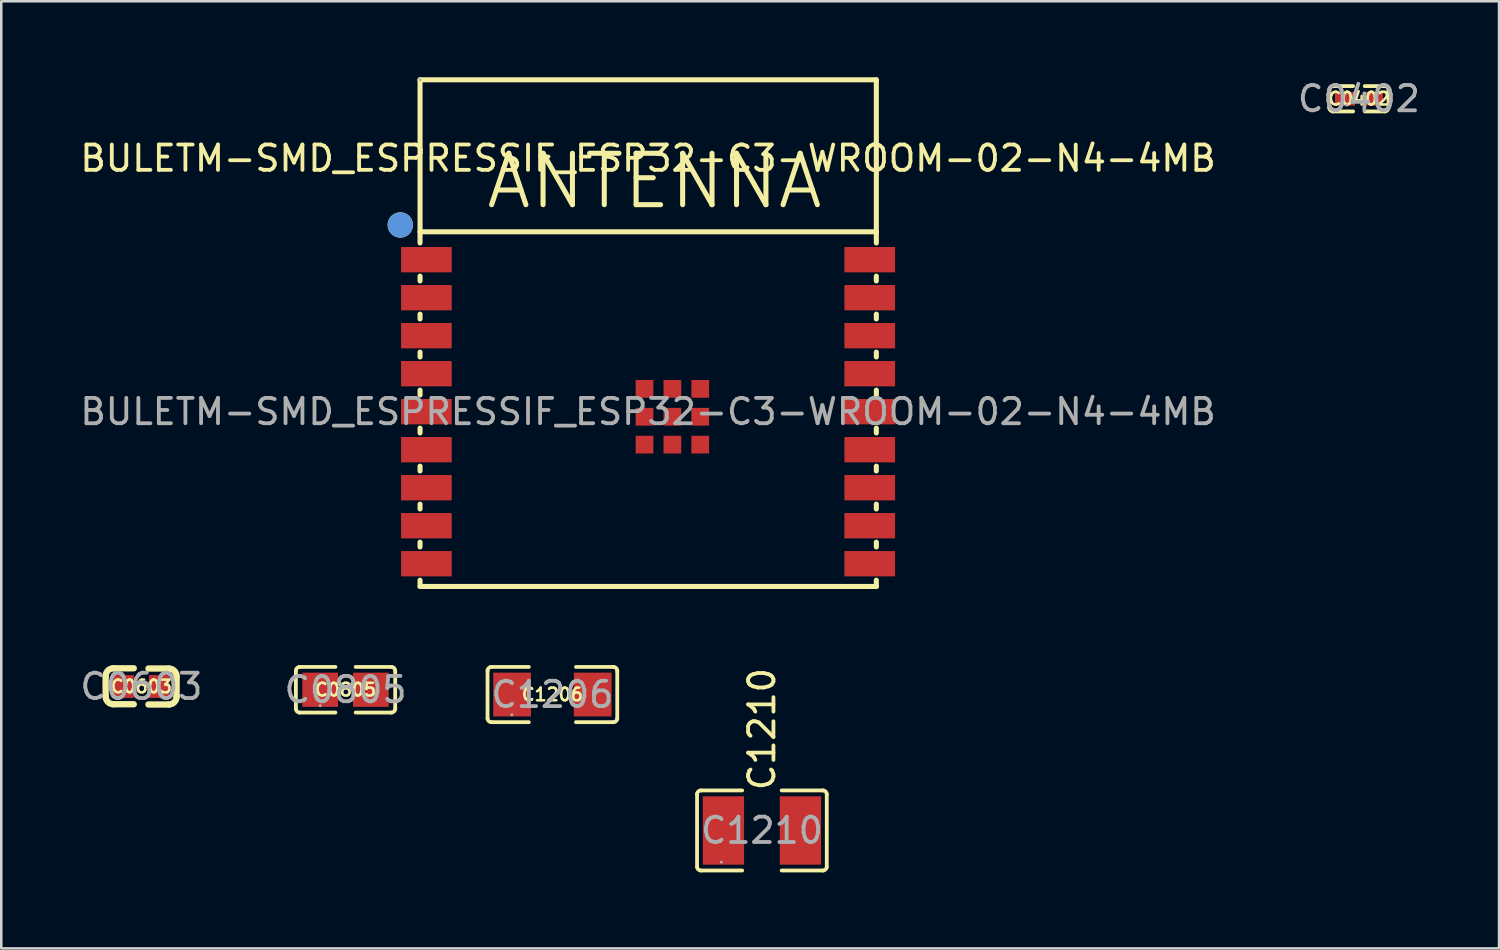
<source format=kicad_pcb>
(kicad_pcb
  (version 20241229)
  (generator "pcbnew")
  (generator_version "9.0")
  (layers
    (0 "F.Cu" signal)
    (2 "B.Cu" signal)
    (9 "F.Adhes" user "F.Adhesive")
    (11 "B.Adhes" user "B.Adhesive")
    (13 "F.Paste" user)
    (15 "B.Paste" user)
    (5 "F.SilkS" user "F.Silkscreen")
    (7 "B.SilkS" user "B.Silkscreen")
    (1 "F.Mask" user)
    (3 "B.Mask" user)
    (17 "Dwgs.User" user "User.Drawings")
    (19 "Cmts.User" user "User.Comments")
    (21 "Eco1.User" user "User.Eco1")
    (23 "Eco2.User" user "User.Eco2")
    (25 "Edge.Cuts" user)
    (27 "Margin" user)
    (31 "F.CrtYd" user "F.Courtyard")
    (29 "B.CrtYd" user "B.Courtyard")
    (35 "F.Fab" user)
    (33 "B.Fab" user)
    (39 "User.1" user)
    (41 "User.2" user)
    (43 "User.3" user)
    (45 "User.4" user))
  (footprint "C1206"
    (layer "F.Cu")
    (at 18.754 24.365)
    (property "Reference" "C1206" (at 0 0 0) (layer "F.SilkS") (effects (font (size 0.5 0.5) (thickness 0.1) (bold yes))))
    (attr smd)
    (fp_line (start -2.56 0.94) (end -2.56 -0.94) (stroke (width 0.15) (type solid)) (layer "F.SilkS"))
    (fp_line (start -2.41 -1.09) (end -0.93 -1.09) (stroke (width 0.15) (type solid)) (layer "F.SilkS"))
    (fp_line (start -0.93 1.09) (end -2.41 1.09) (stroke (width 0.15) (type solid)) (layer "F.SilkS"))
    (fp_line (start 0.93 1.09) (end 2.41 1.09) (stroke (width 0.15) (type solid)) (layer "F.SilkS"))
    (fp_line (start 2.41 -1.09) (end 0.93 -1.09) (stroke (width 0.15) (type solid)) (layer "F.SilkS"))
    (fp_line (start 2.56 0.94) (end 2.56 -0.94) (stroke (width 0.15) (type solid)) (layer "F.SilkS"))
    (fp_arc (start -2.56 -0.94) (mid -2.516066 -1.046066) (end -2.41 -1.09) (stroke (width 0.15) (type solid)) (layer "F.SilkS"))
    (fp_arc (start -2.41 1.09) (mid -2.516066 1.046066) (end -2.56 0.94) (stroke (width 0.15) (type solid)) (layer "F.SilkS"))
    (fp_arc (start 2.41 -1.09) (mid 2.516066 -1.046066) (end 2.56 -0.94) (stroke (width 0.15) (type solid)) (layer "F.SilkS"))
    (fp_arc (start 2.56 0.94) (mid 2.516066 1.046066) (end 2.41 1.09) (stroke (width 0.15) (type solid)) (layer "F.SilkS"))
    (fp_circle (center -1.6 0.8) (end -1.57 0.8) (stroke (width 0.06) (type solid)) (fill no) (layer "F.Fab"))
    (fp_text user "${REFERENCE}" (at 0 0 0) (layer "F.Fab") (effects (font (size 1 1) (thickness 0.15))))
    (pad "1" smd rect (at -1.59 0) (size 1.49 1.73) (layers "F.Cu" "F.Mask" "F.Paste"))
    (pad "2" smd rect (at 1.59 0) (size 1.49 1.73) (layers "F.Cu" "F.Mask" "F.Paste")))
  (footprint "C0603"
    (layer "F.Cu")
    (at 2.53 24.048)
    (property "Reference" "C0603" (at 0 0 0) (layer "F.SilkS") (effects (font (size 0.5 0.5) (thickness 0.1) (bold yes))))
    (attr smd)
    (fp_line (start -1.41 -0.41) (end -1.41 0.39) (stroke (width 0.25) (type solid)) (layer "F.SilkS"))
    (fp_line (start -0.3 -0.72) (end -1.1 -0.72) (stroke (width 0.25) (type solid)) (layer "F.SilkS"))
    (fp_line (start -0.3 0.7) (end -1.1 0.7) (stroke (width 0.25) (type solid)) (layer "F.SilkS"))
    (fp_line (start 0.28 -0.71) (end 1.08 -0.71) (stroke (width 0.25) (type solid)) (layer "F.SilkS"))
    (fp_line (start 0.28 0.71) (end 1.08 0.71) (stroke (width 0.25) (type solid)) (layer "F.SilkS"))
    (fp_line (start 1.39 -0.4) (end 1.39 0.4) (stroke (width 0.25) (type solid)) (layer "F.SilkS"))
    (fp_arc (start -1.41 -0.41) (mid -1.319203 -0.629203) (end -1.1 -0.72) (stroke (width 0.25) (type solid)) (layer "F.SilkS"))
    (fp_arc (start -1.1 0.7) (mid -1.319203 0.609203) (end -1.41 0.39) (stroke (width 0.25) (type solid)) (layer "F.SilkS"))
    (fp_arc (start 1.08 -0.71) (mid 1.299203 -0.619203) (end 1.39 -0.4) (stroke (width 0.25) (type solid)) (layer "F.SilkS"))
    (fp_arc (start 1.39 0.4) (mid 1.299203 0.619203) (end 1.08 0.71) (stroke (width 0.25) (type solid)) (layer "F.SilkS"))
    (fp_circle (center -0.8 0.4) (end -0.77 0.4) (stroke (width 0.06) (type solid)) (fill no) (layer "F.Fab"))
    (fp_text user "${REFERENCE}" (at 0 0 0) (layer "F.Fab") (effects (font (size 1 1) (thickness 0.15))))
    (pad "1" smd rect (at -0.7 0) (size 0.8 0.9) (layers "F.Cu" "F.Mask" "F.Paste"))
    (pad "2" smd rect (at 0.7 0) (size 0.8 0.9) (layers "F.Cu" "F.Mask" "F.Paste")))
  (footprint "C0402"
    (layer "F.Cu")
    (at 50.589 0.848)
    (property "Reference" "C0402" (at 0 0 0) (layer "F.SilkS") (effects (font (size 0.5 0.5) (thickness 0.1) (bold yes))))
    (attr smd)
    (fp_line (start -1.17 0.35) (end -1.17 -0.35) (stroke (width 0.15) (type solid)) (layer "F.SilkS"))
    (fp_line (start -1.02 -0.5) (end -0.23 -0.5) (stroke (width 0.15) (type solid)) (layer "F.SilkS"))
    (fp_line (start -0.23 0.5) (end -1.02 0.5) (stroke (width 0.15) (type solid)) (layer "F.SilkS"))
    (fp_line (start 0.23 0.5) (end 1.02 0.5) (stroke (width 0.15) (type solid)) (layer "F.SilkS"))
    (fp_line (start 1.02 -0.5) (end 0.23 -0.5) (stroke (width 0.15) (type solid)) (layer "F.SilkS"))
    (fp_line (start 1.17 0.35) (end 1.17 -0.35) (stroke (width 0.15) (type solid)) (layer "F.SilkS"))
    (fp_arc (start -1.17 -0.35) (mid -1.126066 -0.456066) (end -1.02 -0.5) (stroke (width 0.15) (type solid)) (layer "F.SilkS"))
    (fp_arc (start -1.02 0.5) (mid -1.126066 0.456066) (end -1.17 0.35) (stroke (width 0.15) (type solid)) (layer "F.SilkS"))
    (fp_arc (start 1.02 -0.5) (mid 1.126066 -0.456066) (end 1.17 -0.35) (stroke (width 0.15) (type solid)) (layer "F.SilkS"))
    (fp_arc (start 1.17 0.35) (mid 1.126066 0.456066) (end 1.02 0.5) (stroke (width 0.15) (type solid)) (layer "F.SilkS"))
    (fp_circle (center -0.5 0.25) (end -0.47 0.25) (stroke (width 0.06) (type solid)) (fill no) (layer "F.Fab"))
    (fp_text user "${REFERENCE}" (at 0 0 0) (layer "F.Fab") (effects (font (size 1 1) (thickness 0.15))))
    (pad "1" smd rect (at -0.55 0) (size 0.79 0.54) (layers "F.Cu" "F.Mask" "F.Paste"))
    (pad "2" smd rect (at 0.55 0) (size 0.79 0.54) (layers "F.Cu" "F.Mask" "F.Paste")))
  (footprint "C1210"
    (layer "F.Cu")
    (at 27.024 29.73)
    (property "Reference" "C1210" (at 0 -4 90) (layer "F.SilkS") (effects (font (size 1 1) (thickness 0.15))))
    (attr smd)
    (fp_line (start -2.56 1.43) (end -2.56 -1.43) (stroke (width 0.15) (type solid)) (layer "F.SilkS"))
    (fp_line (start -2.41 -1.58) (end -0.78 -1.58) (stroke (width 0.15) (type solid)) (layer "F.SilkS"))
    (fp_line (start -0.78 1.58) (end -2.41 1.58) (stroke (width 0.15) (type solid)) (layer "F.SilkS"))
    (fp_line (start 0.78 1.58) (end 2.41 1.58) (stroke (width 0.15) (type solid)) (layer "F.SilkS"))
    (fp_line (start 2.41 -1.58) (end 0.78 -1.58) (stroke (width 0.15) (type solid)) (layer "F.SilkS"))
    (fp_line (start 2.56 1.43) (end 2.56 -1.43) (stroke (width 0.15) (type solid)) (layer "F.SilkS"))
    (fp_arc (start -2.56 -1.43) (mid -2.516066 -1.536066) (end -2.41 -1.58) (stroke (width 0.15) (type solid)) (layer "F.SilkS"))
    (fp_arc (start -2.41 1.58) (mid -2.516066 1.536066) (end -2.56 1.43) (stroke (width 0.15) (type solid)) (layer "F.SilkS"))
    (fp_arc (start 2.41 -1.58) (mid 2.516066 -1.536066) (end 2.56 -1.43) (stroke (width 0.15) (type solid)) (layer "F.SilkS"))
    (fp_arc (start 2.56 1.43) (mid 2.516066 1.536066) (end 2.41 1.58) (stroke (width 0.15) (type solid)) (layer "F.SilkS"))
    (fp_circle (center -1.6 1.25) (end -1.57 1.25) (stroke (width 0.06) (type solid)) (fill no) (layer "F.Fab"))
    (fp_text user "${REFERENCE}" (at 0 0 0) (layer "F.Fab") (effects (font (size 1 1) (thickness 0.15))))
    (pad "1" smd rect (at -1.52 0) (size 1.63 2.7) (layers "F.Cu" "F.Mask" "F.Paste"))
    (pad "2" smd rect (at 1.52 0) (size 1.63 2.7) (layers "F.Cu" "F.Mask" "F.Paste")))
  (footprint "BULETM-SMD_ESPRESSIF_ESP32-C3-WROOM-02-N4-4MB"
    (layer "F.Cu")
    (at 22.53 13.2)
    (property "Reference" "BULETM-SMD_ESPRESSIF_ESP32-C3-WROOM-02-N4-4MB" (at 0 -10 0) (layer "F.SilkS") (effects (font (size 1 1) (thickness 0.15))))
    (attr smd)
    (fp_line (start -9 -13.1) (end -9 -6.66) (stroke (width 0.2) (type solid)) (layer "F.SilkS"))
    (fp_line (start -9 -7.1) (end 9.01 -7.1) (stroke (width 0.2) (type solid)) (layer "F.SilkS"))
    (fp_line (start -9 -5.35) (end -9 -5.16) (stroke (width 0.2) (type solid)) (layer "F.SilkS"))
    (fp_line (start -9 -3.85) (end -9 -3.66) (stroke (width 0.2) (type solid)) (layer "F.SilkS"))
    (fp_line (start -9 -2.35) (end -9 -2.16) (stroke (width 0.2) (type solid)) (layer "F.SilkS"))
    (fp_line (start -9 -0.85) (end -9 -0.66) (stroke (width 0.2) (type solid)) (layer "F.SilkS"))
    (fp_line (start -9 0.65) (end -9 0.84) (stroke (width 0.2) (type solid)) (layer "F.SilkS"))
    (fp_line (start -9 2.15) (end -9 2.34) (stroke (width 0.2) (type solid)) (layer "F.SilkS"))
    (fp_line (start -9 3.65) (end -9 3.84) (stroke (width 0.2) (type solid)) (layer "F.SilkS"))
    (fp_line (start -9 5.15) (end -9 5.34) (stroke (width 0.2) (type solid)) (layer "F.SilkS"))
    (fp_line (start -9 6.65) (end -9 6.9) (stroke (width 0.2) (type solid)) (layer "F.SilkS"))
    (fp_line (start -9 6.9) (end 9.01 6.9) (stroke (width 0.2) (type solid)) (layer "F.SilkS"))
    (fp_line (start 9.01 -13.1) (end -9 -13.1) (stroke (width 0.2) (type solid)) (layer "F.SilkS"))
    (fp_line (start 9.01 -6.66) (end 9.01 -13.1) (stroke (width 0.2) (type solid)) (layer "F.SilkS"))
    (fp_line (start 9.01 -5.16) (end 9.01 -5.35) (stroke (width 0.2) (type solid)) (layer "F.SilkS"))
    (fp_line (start 9.01 -3.66) (end 9.01 -3.85) (stroke (width 0.2) (type solid)) (layer "F.SilkS"))
    (fp_line (start 9.01 -2.16) (end 9.01 -2.35) (stroke (width 0.2) (type solid)) (layer "F.SilkS"))
    (fp_line (start 9.01 -0.66) (end 9.01 -0.85) (stroke (width 0.2) (type solid)) (layer "F.SilkS"))
    (fp_line (start 9.01 0.84) (end 9.01 0.65) (stroke (width 0.2) (type solid)) (layer "F.SilkS"))
    (fp_line (start 9.01 2.34) (end 9.01 2.15) (stroke (width 0.2) (type solid)) (layer "F.SilkS"))
    (fp_line (start 9.01 3.84) (end 9.01 3.65) (stroke (width 0.2) (type solid)) (layer "F.SilkS"))
    (fp_line (start 9.01 5.34) (end 9.01 5.15) (stroke (width 0.2) (type solid)) (layer "F.SilkS"))
    (fp_line (start 9.01 6.9) (end 9.01 6.65) (stroke (width 0.2) (type solid)) (layer "F.SilkS"))
    (fp_circle (center -9.78 -7.37) (end -9.53 -7.37) (stroke (width 0.5) (type solid)) (fill no) (layer "F.SilkS"))
    (fp_circle (center -9.78 -7.37) (end -9.53 -7.37) (stroke (width 0.5) (type solid)) (fill no) (layer "Cmts.User"))
    (fp_circle (center -9 -13.1) (end -8.97 -13.1) (stroke (width 0.06) (type solid)) (fill no) (layer "F.Fab"))
    (fp_text user "ANTENNA" (at -6.5 -9.1 0) (layer "F.SilkS") (effects (font (size 2.03 2.03) (thickness 0.2)) (justify left)))
    (fp_text user "${REFERENCE}" (at 0 0 0) (layer "F.Fab") (effects (font (size 1 1) (thickness 0.15))))
    (pad "1" smd rect (at -8.75 -6) (size 2 1) (layers "F.Cu" "F.Mask" "F.Paste"))
    (pad "2" smd rect (at -8.75 -4.5) (size 2 1) (layers "F.Cu" "F.Mask" "F.Paste"))
    (pad "3" smd rect (at -8.75 -3) (size 2 1) (layers "F.Cu" "F.Mask" "F.Paste"))
    (pad "4" smd rect (at -8.75 -1.5) (size 2 1) (layers "F.Cu" "F.Mask" "F.Paste"))
    (pad "5" smd rect (at -8.75 0) (size 2 1) (layers "F.Cu" "F.Mask" "F.Paste"))
    (pad "6" smd rect (at -8.75 1.5) (size 2 1) (layers "F.Cu" "F.Mask" "F.Paste"))
    (pad "7" smd rect (at -8.75 3) (size 2 1) (layers "F.Cu" "F.Mask" "F.Paste"))
    (pad "8" smd rect (at -8.75 4.5) (size 2 1) (layers "F.Cu" "F.Mask" "F.Paste"))
    (pad "9" smd rect (at -8.75 6) (size 2 1) (layers "F.Cu" "F.Mask" "F.Paste"))
    (pad "10" smd rect (at 8.75 6) (size 2 1) (layers "F.Cu" "F.Mask" "F.Paste"))
    (pad "11" smd rect (at 8.75 4.5) (size 2 1) (layers "F.Cu" "F.Mask" "F.Paste"))
    (pad "12" smd rect (at 8.75 3) (size 2 1) (layers "F.Cu" "F.Mask" "F.Paste"))
    (pad "13" smd rect (at 8.75 1.5) (size 2 1) (layers "F.Cu" "F.Mask" "F.Paste"))
    (pad "14" smd rect (at 8.75 0) (size 2 1) (layers "F.Cu" "F.Mask" "F.Paste"))
    (pad "15" smd rect (at 8.75 -1.5) (size 2 1) (layers "F.Cu" "F.Mask" "F.Paste"))
    (pad "16" smd rect (at 8.75 -3) (size 2 1) (layers "F.Cu" "F.Mask" "F.Paste"))
    (pad "17" smd rect (at 8.75 -4.5) (size 2 1) (layers "F.Cu" "F.Mask" "F.Paste"))
    (pad "18" smd rect (at 8.75 -6) (size 2 1) (layers "F.Cu" "F.Mask" "F.Paste"))
    (pad "19" smd rect (at -0.14 -0.9) (size 0.7 0.7) (layers "F.Cu" "F.Mask" "F.Paste"))
    (pad "19" smd rect (at -0.14 0.2) (size 0.7 0.7) (layers "F.Cu" "F.Mask" "F.Paste"))
    (pad "19" smd rect (at -0.14 1.3) (size 0.7 0.7) (layers "F.Cu" "F.Mask" "F.Paste"))
    (pad "19" smd rect (at 0.96 -0.9) (size 0.7 0.7) (layers "F.Cu" "F.Mask" "F.Paste"))
    (pad "19" smd rect (at 0.96 0.2) (size 0.7 0.7) (layers "F.Cu" "F.Mask" "F.Paste"))
    (pad "19" smd rect (at 0.96 1.3) (size 0.7 0.7) (layers "F.Cu" "F.Mask" "F.Paste"))
    (pad "19" smd rect (at 2.06 -0.9) (size 0.7 0.7) (layers "F.Cu" "F.Mask" "F.Paste"))
    (pad "19" smd rect (at 2.06 0.2) (size 0.7 0.7) (layers "F.Cu" "F.Mask" "F.Paste"))
    (pad "19" smd rect (at 2.06 1.3) (size 0.7 0.7) (layers "F.Cu" "F.Mask" "F.Paste")))
  (footprint "C0805"
    (layer "F.Cu")
    (at 10.589 24.175)
    (property "Reference" "C0805" (at 0 0 0) (layer "F.SilkS") (effects (font (size 0.5 0.5) (thickness 0.1) (bold yes))))
    (attr smd)
    (fp_line (start -1.96 0.75) (end -1.96 -0.75) (stroke (width 0.15) (type solid)) (layer "F.SilkS"))
    (fp_line (start -1.81 -0.9) (end -0.4 -0.9) (stroke (width 0.15) (type solid)) (layer "F.SilkS"))
    (fp_line (start -0.4 0.9) (end -1.81 0.9) (stroke (width 0.15) (type solid)) (layer "F.SilkS"))
    (fp_line (start 0.4 0.9) (end 1.81 0.9) (stroke (width 0.15) (type solid)) (layer "F.SilkS"))
    (fp_line (start 1.81 -0.9) (end 0.4 -0.9) (stroke (width 0.15) (type solid)) (layer "F.SilkS"))
    (fp_line (start 1.96 0.75) (end 1.96 -0.75) (stroke (width 0.15) (type solid)) (layer "F.SilkS"))
    (fp_arc (start -1.96 -0.75) (mid -1.916066 -0.856066) (end -1.81 -0.9) (stroke (width 0.15) (type solid)) (layer "F.SilkS"))
    (fp_arc (start -1.81 0.9) (mid -1.916066 0.856066) (end -1.96 0.75) (stroke (width 0.15) (type solid)) (layer "F.SilkS"))
    (fp_arc (start 1.81 -0.9) (mid 1.916066 -0.856066) (end 1.96 -0.75) (stroke (width 0.15) (type solid)) (layer "F.SilkS"))
    (fp_arc (start 1.96 0.75) (mid 1.916066 0.856066) (end 1.81 0.9) (stroke (width 0.15) (type solid)) (layer "F.SilkS"))
    (fp_circle (center -1 0.63) (end -0.97 0.63) (stroke (width 0.06) (type solid)) (fill no) (layer "F.Fab"))
    (fp_text user "${REFERENCE}" (at 0 0 0) (layer "F.Fab") (effects (font (size 1 1) (thickness 0.15))))
    (pad "1" smd rect (at -1 0) (size 1.41 1.35) (layers "F.Cu" "F.Mask" "F.Paste"))
    (pad "2" smd rect (at 1 0) (size 1.41 1.35) (layers "F.Cu" "F.Mask" "F.Paste")))
  (gr_rect
    (start -3 -3)
    (end 56.119 34.385)
    (stroke (width 0.1) (type default))
    (fill no)
    (layer "Edge.Cuts")))
</source>
